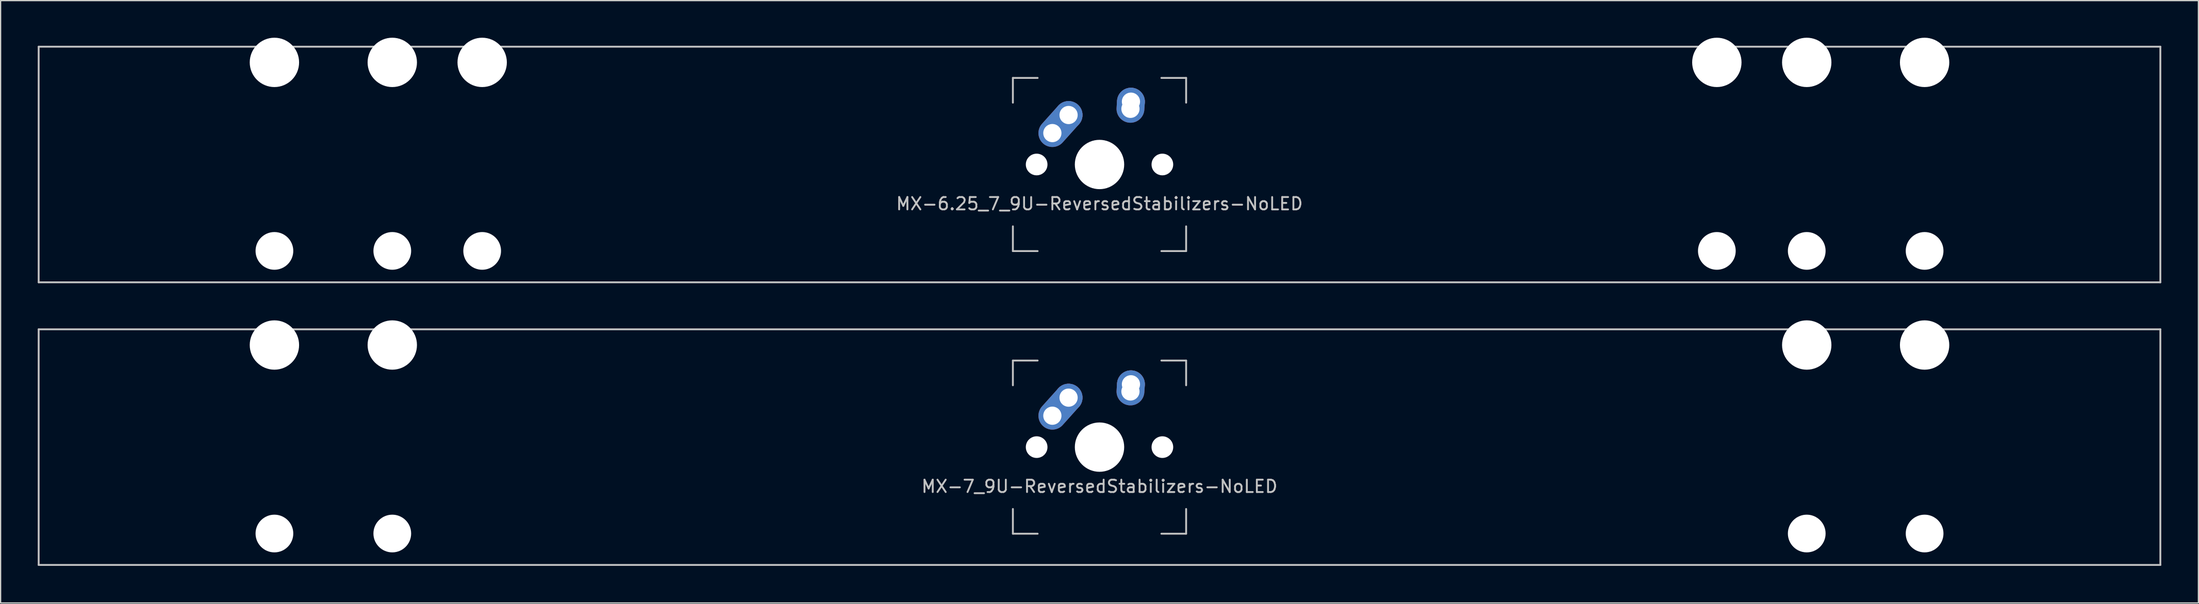
<source format=kicad_pcb>
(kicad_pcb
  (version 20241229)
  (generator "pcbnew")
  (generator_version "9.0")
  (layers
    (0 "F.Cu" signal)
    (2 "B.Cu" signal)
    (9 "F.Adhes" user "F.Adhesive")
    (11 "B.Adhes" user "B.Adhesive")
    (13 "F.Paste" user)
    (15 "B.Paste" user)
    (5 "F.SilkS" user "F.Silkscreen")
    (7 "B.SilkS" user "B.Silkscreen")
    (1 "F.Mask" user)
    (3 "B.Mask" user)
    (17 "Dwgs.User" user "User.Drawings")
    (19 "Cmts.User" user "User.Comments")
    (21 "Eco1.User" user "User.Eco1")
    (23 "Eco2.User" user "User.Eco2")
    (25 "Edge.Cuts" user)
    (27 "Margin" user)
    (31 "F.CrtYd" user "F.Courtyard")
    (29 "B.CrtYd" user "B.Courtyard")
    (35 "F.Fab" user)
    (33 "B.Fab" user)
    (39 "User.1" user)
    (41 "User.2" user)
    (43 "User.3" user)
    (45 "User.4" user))
  (footprint "MX-6.25_7_9U-ReversedStabilizers-NoLED"
    (layer "F.Cu")
    (at 85.8 10.249)
    (property "Reference" "MX-6.25_7_9U-ReversedStabilizers-NoLED" (at 0 3.175 0) (layer "Dwgs.User") (effects (font (size 1 1) (thickness 0.15))))
    (attr through_hole)
    (fp_line (start -85.725 -9.525) (end 85.725 -9.525) (stroke (width 0.15) (type solid)) (layer "Dwgs.User"))
    (fp_line (start -85.725 9.525) (end -85.725 -9.525) (stroke (width 0.15) (type solid)) (layer "Dwgs.User"))
    (fp_line (start -85.725 9.525) (end 85.725 9.525) (stroke (width 0.15) (type solid)) (layer "Dwgs.User"))
    (fp_line (start -7 -7) (end -7 -5) (stroke (width 0.15) (type solid)) (layer "Dwgs.User"))
    (fp_line (start -7 5) (end -7 7) (stroke (width 0.15) (type solid)) (layer "Dwgs.User"))
    (fp_line (start -7 7) (end -5 7) (stroke (width 0.15) (type solid)) (layer "Dwgs.User"))
    (fp_line (start -5 -7) (end -7 -7) (stroke (width 0.15) (type solid)) (layer "Dwgs.User"))
    (fp_line (start 5 -7) (end 7 -7) (stroke (width 0.15) (type solid)) (layer "Dwgs.User"))
    (fp_line (start 5 7) (end 7 7) (stroke (width 0.15) (type solid)) (layer "Dwgs.User"))
    (fp_line (start 7 -7) (end 7 -5) (stroke (width 0.15) (type solid)) (layer "Dwgs.User"))
    (fp_line (start 7 7) (end 7 5) (stroke (width 0.15) (type solid)) (layer "Dwgs.User"))
    (fp_line (start 85.725 -9.525) (end 85.725 9.525) (stroke (width 0.15) (type solid)) (layer "Dwgs.User"))
    (pad "" np_thru_hole circle (at -66.675 -8.255) (size 3.988 3.988) (drill 3.988) (layers "*.Cu" "*.Mask"))
    (pad "" np_thru_hole circle (at -66.675 6.985) (size 3.048 3.048) (drill 3.048) (layers "*.Cu" "*.Mask"))
    (pad "" np_thru_hole circle (at -57.15 -8.255) (size 3.988 3.988) (drill 3.988) (layers "*.Cu" "*.Mask"))
    (pad "" np_thru_hole circle (at -57.15 6.985) (size 3.048 3.048) (drill 3.048) (layers "*.Cu" "*.Mask"))
    (pad "" np_thru_hole circle (at -49.886 -8.255) (size 3.988 3.988) (drill 3.988) (layers "*.Cu" "*.Mask"))
    (pad "" np_thru_hole circle (at -49.886 6.985) (size 3.048 3.048) (drill 3.048) (layers "*.Cu" "*.Mask"))
    (pad "" np_thru_hole circle (at -5.08 0 48.1) (size 1.75 1.75) (drill 1.75) (layers "*.Cu" "*.Mask"))
    (pad "" np_thru_hole circle (at 0 0) (size 3.988 3.988) (drill 3.988) (layers "*.Cu" "*.Mask"))
    (pad "" np_thru_hole circle (at 5.08 0 48.1) (size 1.75 1.75) (drill 1.75) (layers "*.Cu" "*.Mask"))
    (pad "" np_thru_hole circle (at 49.886 -8.255) (size 3.988 3.988) (drill 3.988) (layers "*.Cu" "*.Mask"))
    (pad "" np_thru_hole circle (at 49.886 6.985) (size 3.048 3.048) (drill 3.048) (layers "*.Cu" "*.Mask"))
    (pad "" np_thru_hole circle (at 57.15 -8.255) (size 3.988 3.988) (drill 3.988) (layers "*.Cu" "*.Mask"))
    (pad "" np_thru_hole circle (at 57.15 6.985) (size 3.048 3.048) (drill 3.048) (layers "*.Cu" "*.Mask"))
    (pad "" np_thru_hole circle (at 66.675 -8.255) (size 3.988 3.988) (drill 3.988) (layers "*.Cu" "*.Mask"))
    (pad "" np_thru_hole circle (at 66.675 6.985) (size 3.048 3.048) (drill 3.048) (layers "*.Cu" "*.Mask"))
    (pad "1" thru_hole oval (at -3.81 -2.54 48.1) (size 4.212 2.25) (drill 1.47 (offset 0.981 0)) (layers "*.Cu" "B.Mask"))
    (pad "1" thru_hole circle (at -2.5 -4) (size 2.25 2.25) (drill 1.47) (layers "*.Cu" "B.Mask"))
    (pad "2" thru_hole oval (at 2.5 -4.5 86.055) (size 2.831 2.25) (drill 1.47 (offset 0.291 0)) (layers "*.Cu" "B.Mask"))
    (pad "2" thru_hole circle (at 2.54 -5.08) (size 2.25 2.25) (drill 1.47) (layers "*.Cu" "B.Mask")))
  (footprint "MX-7_9U-ReversedStabilizers-NoLED"
    (layer "F.Cu")
    (at 85.8 33.098)
    (property "Reference" "MX-7_9U-ReversedStabilizers-NoLED" (at 0 3.175 0) (layer "Dwgs.User") (effects (font (size 1 1) (thickness 0.15))))
    (attr through_hole)
    (fp_line (start -85.725 -9.525) (end 85.725 -9.525) (stroke (width 0.15) (type solid)) (layer "Dwgs.User"))
    (fp_line (start -85.725 9.525) (end -85.725 -9.525) (stroke (width 0.15) (type solid)) (layer "Dwgs.User"))
    (fp_line (start -85.725 9.525) (end 85.725 9.525) (stroke (width 0.15) (type solid)) (layer "Dwgs.User"))
    (fp_line (start -7 -7) (end -7 -5) (stroke (width 0.15) (type solid)) (layer "Dwgs.User"))
    (fp_line (start -7 5) (end -7 7) (stroke (width 0.15) (type solid)) (layer "Dwgs.User"))
    (fp_line (start -7 7) (end -5 7) (stroke (width 0.15) (type solid)) (layer "Dwgs.User"))
    (fp_line (start -5 -7) (end -7 -7) (stroke (width 0.15) (type solid)) (layer "Dwgs.User"))
    (fp_line (start 5 -7) (end 7 -7) (stroke (width 0.15) (type solid)) (layer "Dwgs.User"))
    (fp_line (start 5 7) (end 7 7) (stroke (width 0.15) (type solid)) (layer "Dwgs.User"))
    (fp_line (start 7 -7) (end 7 -5) (stroke (width 0.15) (type solid)) (layer "Dwgs.User"))
    (fp_line (start 7 7) (end 7 5) (stroke (width 0.15) (type solid)) (layer "Dwgs.User"))
    (fp_line (start 85.725 -9.525) (end 85.725 9.525) (stroke (width 0.15) (type solid)) (layer "Dwgs.User"))
    (pad "" np_thru_hole circle (at -66.675 -8.255) (size 3.988 3.988) (drill 3.988) (layers "*.Cu" "*.Mask"))
    (pad "" np_thru_hole circle (at -66.675 6.985) (size 3.048 3.048) (drill 3.048) (layers "*.Cu" "*.Mask"))
    (pad "" np_thru_hole circle (at -57.15 -8.255) (size 3.988 3.988) (drill 3.988) (layers "*.Cu" "*.Mask"))
    (pad "" np_thru_hole circle (at -57.15 6.985) (size 3.048 3.048) (drill 3.048) (layers "*.Cu" "*.Mask"))
    (pad "" np_thru_hole circle (at -5.08 0 48.1) (size 1.75 1.75) (drill 1.75) (layers "*.Cu" "*.Mask"))
    (pad "" np_thru_hole circle (at 0 0) (size 3.988 3.988) (drill 3.988) (layers "*.Cu" "*.Mask"))
    (pad "" np_thru_hole circle (at 5.08 0 48.1) (size 1.75 1.75) (drill 1.75) (layers "*.Cu" "*.Mask"))
    (pad "" np_thru_hole circle (at 57.15 -8.255) (size 3.988 3.988) (drill 3.988) (layers "*.Cu" "*.Mask"))
    (pad "" np_thru_hole circle (at 57.15 6.985) (size 3.048 3.048) (drill 3.048) (layers "*.Cu" "*.Mask"))
    (pad "" np_thru_hole circle (at 66.675 -8.255) (size 3.988 3.988) (drill 3.988) (layers "*.Cu" "*.Mask"))
    (pad "" np_thru_hole circle (at 66.675 6.985) (size 3.048 3.048) (drill 3.048) (layers "*.Cu" "*.Mask"))
    (pad "1" thru_hole oval (at -3.81 -2.54 48.1) (size 4.212 2.25) (drill 1.47 (offset 0.981 0)) (layers "*.Cu" "B.Mask"))
    (pad "1" thru_hole circle (at -2.5 -4) (size 2.25 2.25) (drill 1.47) (layers "*.Cu" "B.Mask"))
    (pad "2" thru_hole oval (at 2.5 -4.5 86.055) (size 2.831 2.25) (drill 1.47 (offset 0.291 0)) (layers "*.Cu" "B.Mask"))
    (pad "2" thru_hole circle (at 2.54 -5.08) (size 2.25 2.25) (drill 1.47) (layers "*.Cu" "B.Mask")))
  (gr_rect
    (start -3 -3)
    (end 174.6 45.698)
    (stroke (width 0.1) (type default))
    (fill no)
    (layer "Edge.Cuts")))
</source>
